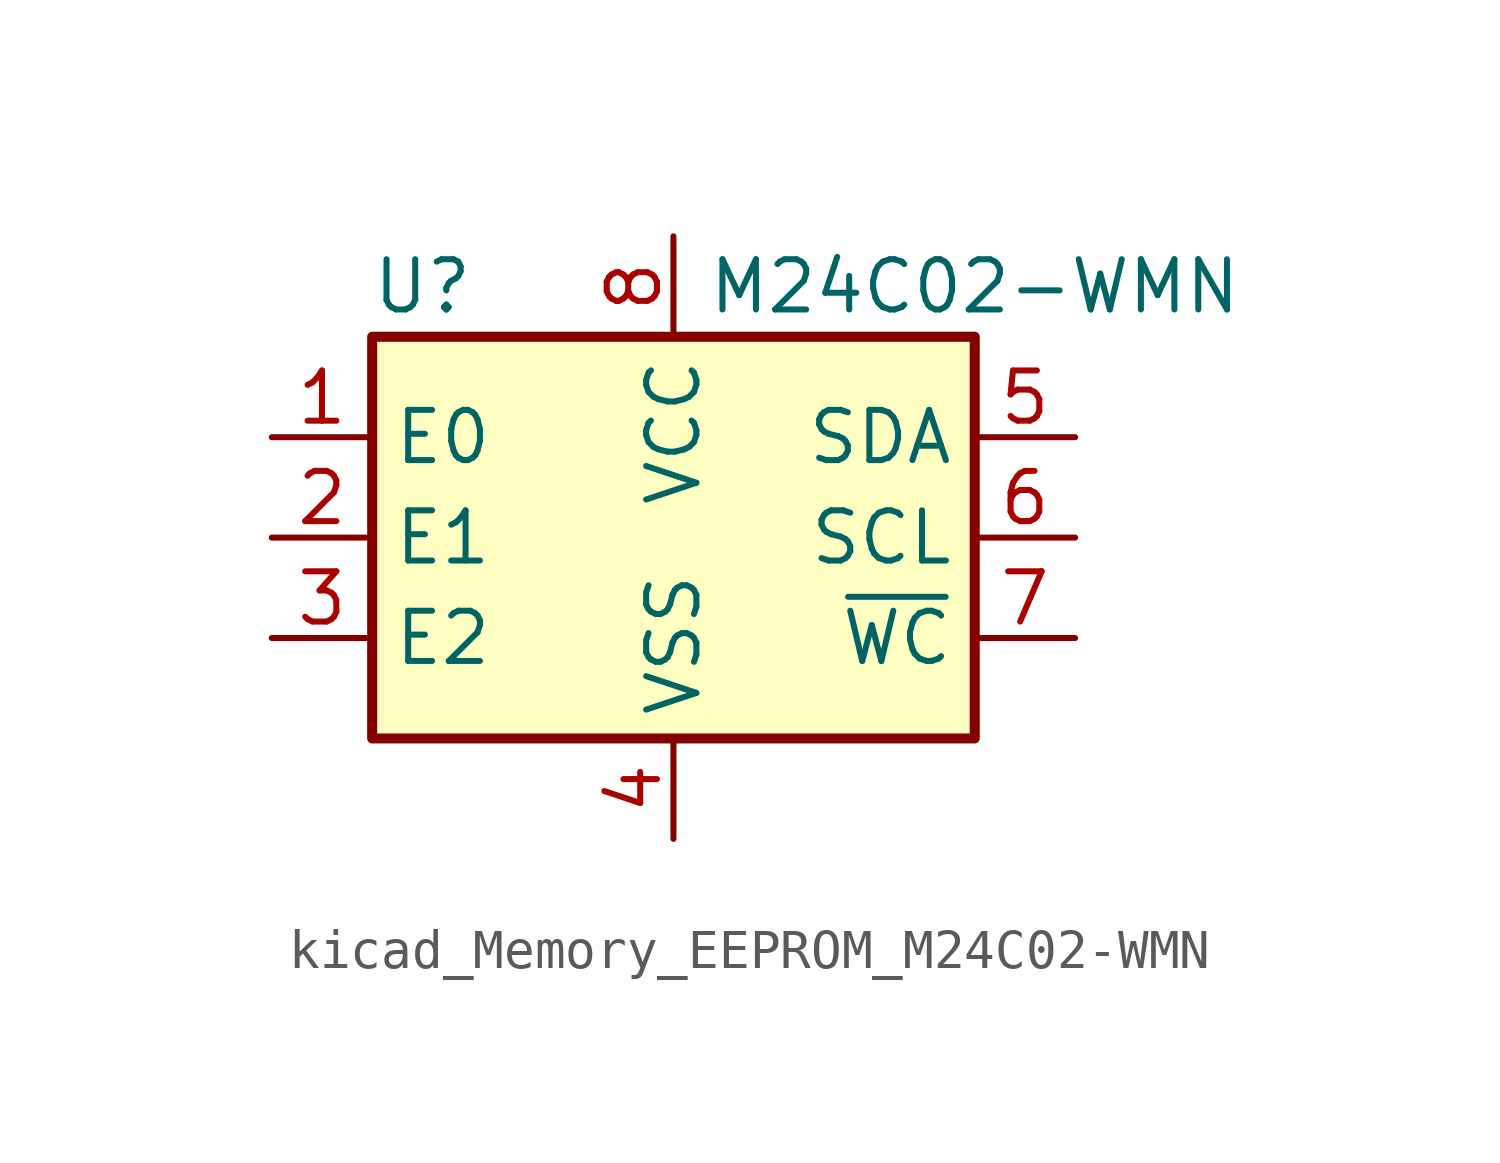
<source format=kicad_sym>
(kicad_symbol_lib
  (version 20220914)
  (generator kicad_symbol_editor)
  (symbol "kicad_Memory_EEPROM_M24C02-WMN"
    (property "Reference" "U"
      (at -6.35 6.35 0)
      (effects (font (size 1.27 1.27))))
    (property "Value" "M24C02-WMN"
      (at 7.62 6.35 0)
      (effects (font (size 1.27 1.27))))
    (symbol "kicad_Memory_EEPROM_M24C02-WMN_0_1"
      (rectangle (start -7.62 5.08) (end 7.62 -5.08) (stroke (width 0.254) (type default)) (fill (type background))))
    (symbol "kicad_Memory_EEPROM_M24C02-WMN_1_1"
      (pin input line (at -10.16 2.54 0) (length 2.54) (name "E0" (effects (font (size 1.27 1.27)))) (number "1" (effects (font (size 1.27 1.27)))))
      (pin input line (at -10.16 0 0) (length 2.54) (name "E1" (effects (font (size 1.27 1.27)))) (number "2" (effects (font (size 1.27 1.27)))))
      (pin input line (at -10.16 -2.54 0) (length 2.54) (name "E2" (effects (font (size 1.27 1.27)))) (number "3" (effects (font (size 1.27 1.27)))))
      (pin power_in line (at 0 -7.62 90) (length 2.54) (name "VSS" (effects (font (size 1.27 1.27)))) (number "4" (effects (font (size 1.27 1.27)))))
      (pin bidirectional line (at 10.16 2.54 180) (length 2.54) (name "SDA" (effects (font (size 1.27 1.27)))) (number "5" (effects (font (size 1.27 1.27)))))
      (pin input line (at 10.16 0 180) (length 2.54) (name "SCL" (effects (font (size 1.27 1.27)))) (number "6" (effects (font (size 1.27 1.27)))))
      (pin input line (at 10.16 -2.54 180) (length 2.54) (name "~{WC}" (effects (font (size 1.27 1.27)))) (number "7" (effects (font (size 1.27 1.27)))))
      (pin power_in line (at 0 7.62 270) (length 2.54) (name "VCC" (effects (font (size 1.27 1.27)))) (number "8" (effects (font (size 1.27 1.27))))))))
</source>
